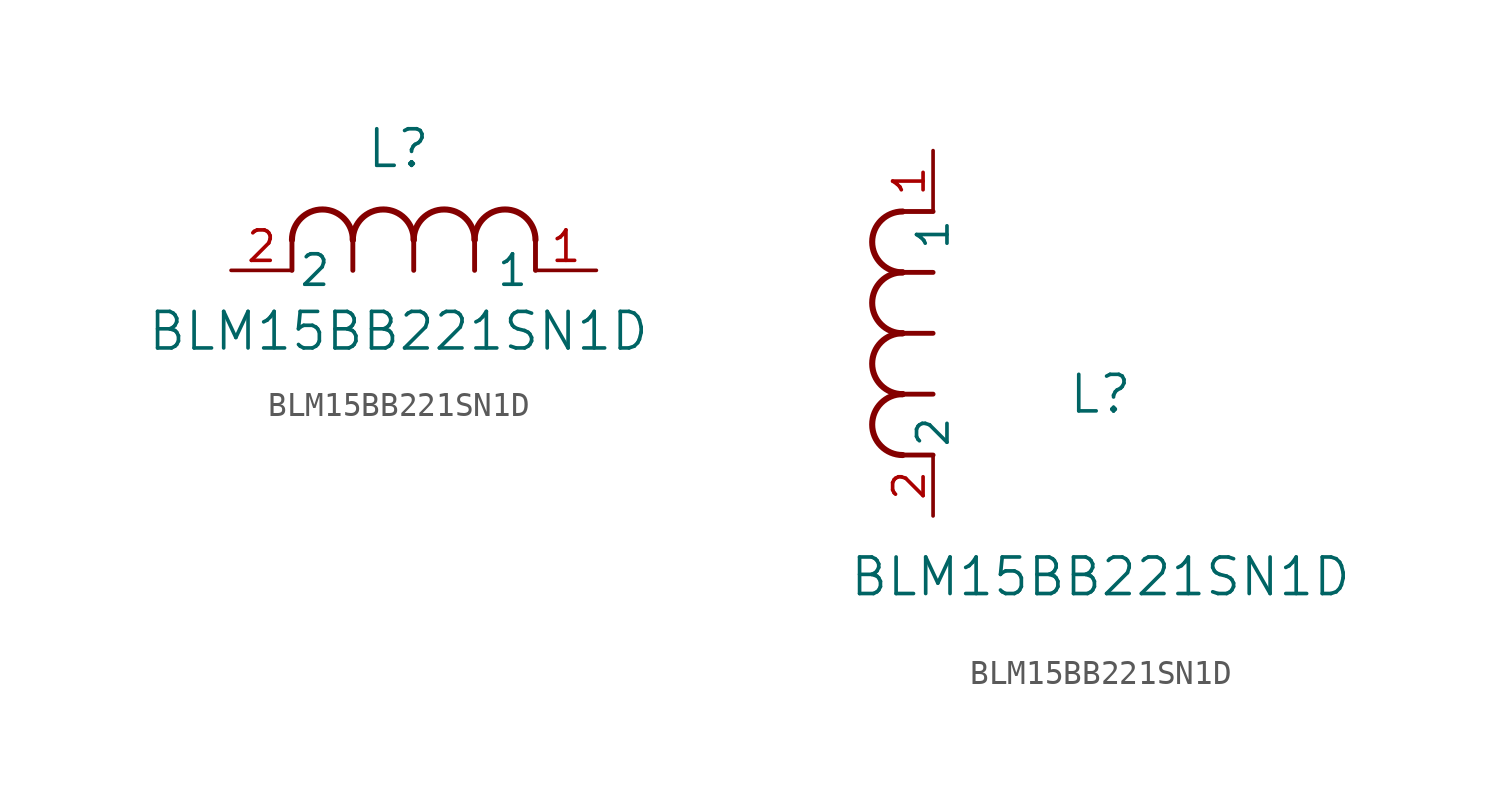
<source format=kicad_sym>
(kicad_symbol_lib
  (version 20211014)
  (generator kicad_symbol_editor)
  (symbol "BLM15BB221SN1D"
    (pin_names
      (offset 0.254))
    (property "Reference" "L"
      (at 6.985 5.08 0)
      (effects (font (size 1.524 1.524))))
    (property "Value" "BLM15BB221SN1D"
      (at 6.985 -2.54 0)
      (effects (font (size 1.524 1.524))))
    (symbol "BLM15BB221SN1D_1_1"
      (arc (start 7.62 1.27) (mid 6.35 2.54) (end 5.08 1.27) (stroke (width 0.254) (type default) (color 0 0 0 0)) (fill (type none)))
      (polyline (pts (xy 5.08 0) (xy 5.08 1.27)) (stroke (width 0.203) (type default) (color 0 0 0 0)) (fill (type none)))
      (polyline (pts (xy 7.62 0) (xy 7.62 1.27)) (stroke (width 0.203) (type default) (color 0 0 0 0)) (fill (type none)))
      (polyline (pts (xy 12.7 0) (xy 12.7 1.27)) (stroke (width 0.203) (type default) (color 0 0 0 0)) (fill (type none)))
      (arc (start 5.08 1.27) (mid 3.81 2.54) (end 2.54 1.27) (stroke (width 0.254) (type default) (color 0 0 0 0)) (fill (type none)))
      (arc (start 10.16 1.27) (mid 8.89 2.54) (end 7.62 1.27) (stroke (width 0.254) (type default) (color 0 0 0 0)) (fill (type none)))
      (arc (start 12.7 1.27) (mid 11.43 2.54) (end 10.16 1.27) (stroke (width 0.254) (type default) (color 0 0 0 0)) (fill (type none)))
      (polyline (pts (xy 2.54 0) (xy 2.54 1.27)) (stroke (width 0.203) (type default) (color 0 0 0 0)) (fill (type none)))
      (polyline (pts (xy 10.16 0) (xy 10.16 1.27)) (stroke (width 0.203) (type default) (color 0 0 0 0)) (fill (type none)))
      (pin unspecified line (at 0 0 0) (length 2.54) (name "2" (effects (font (size 1.27 1.27)))) (number "2" (effects (font (size 1.27 1.27)))))
      (pin unspecified line (at 15.24 0 180) (length 2.54) (name "1" (effects (font (size 1.27 1.27)))) (number "1" (effects (font (size 1.27 1.27))))))
    (symbol "BLM15BB221SN1D_1_2"
      (arc (start -1.27 7.62) (mid -2.54 6.35) (end -1.27 5.08) (stroke (width 0.254) (type default) (color 0 0 0 0)) (fill (type none)))
      (arc (start -1.27 5.08) (mid -2.54 3.81) (end -1.27 2.54) (stroke (width 0.254) (type default) (color 0 0 0 0)) (fill (type none)))
      (arc (start -1.27 12.7) (mid -2.54 11.43) (end -1.27 10.16) (stroke (width 0.254) (type default) (color 0 0 0 0)) (fill (type none)))
      (arc (start -1.27 10.16) (mid -2.54 8.89) (end -1.27 7.62) (stroke (width 0.254) (type default) (color 0 0 0 0)) (fill (type none)))
      (polyline (pts (xy 0 7.62) (xy -1.27 7.62)) (stroke (width 0.203) (type default) (color 0 0 0 0)) (fill (type none)))
      (polyline (pts (xy 0 5.08) (xy -1.27 5.08)) (stroke (width 0.203) (type default) (color 0 0 0 0)) (fill (type none)))
      (polyline (pts (xy 0 12.7) (xy -1.27 12.7)) (stroke (width 0.203) (type default) (color 0 0 0 0)) (fill (type none)))
      (polyline (pts (xy 0 2.54) (xy -1.27 2.54)) (stroke (width 0.203) (type default) (color 0 0 0 0)) (fill (type none)))
      (polyline (pts (xy 0 10.16) (xy -1.27 10.16)) (stroke (width 0.203) (type default) (color 0 0 0 0)) (fill (type none)))
      (pin unspecified line (at 0 0 90) (length 2.54) (name "2" (effects (font (size 1.27 1.27)))) (number "2" (effects (font (size 1.27 1.27)))))
      (pin unspecified line (at 0 15.24 270) (length 2.54) (name "1" (effects (font (size 1.27 1.27)))) (number "1" (effects (font (size 1.27 1.27))))))))
</source>
